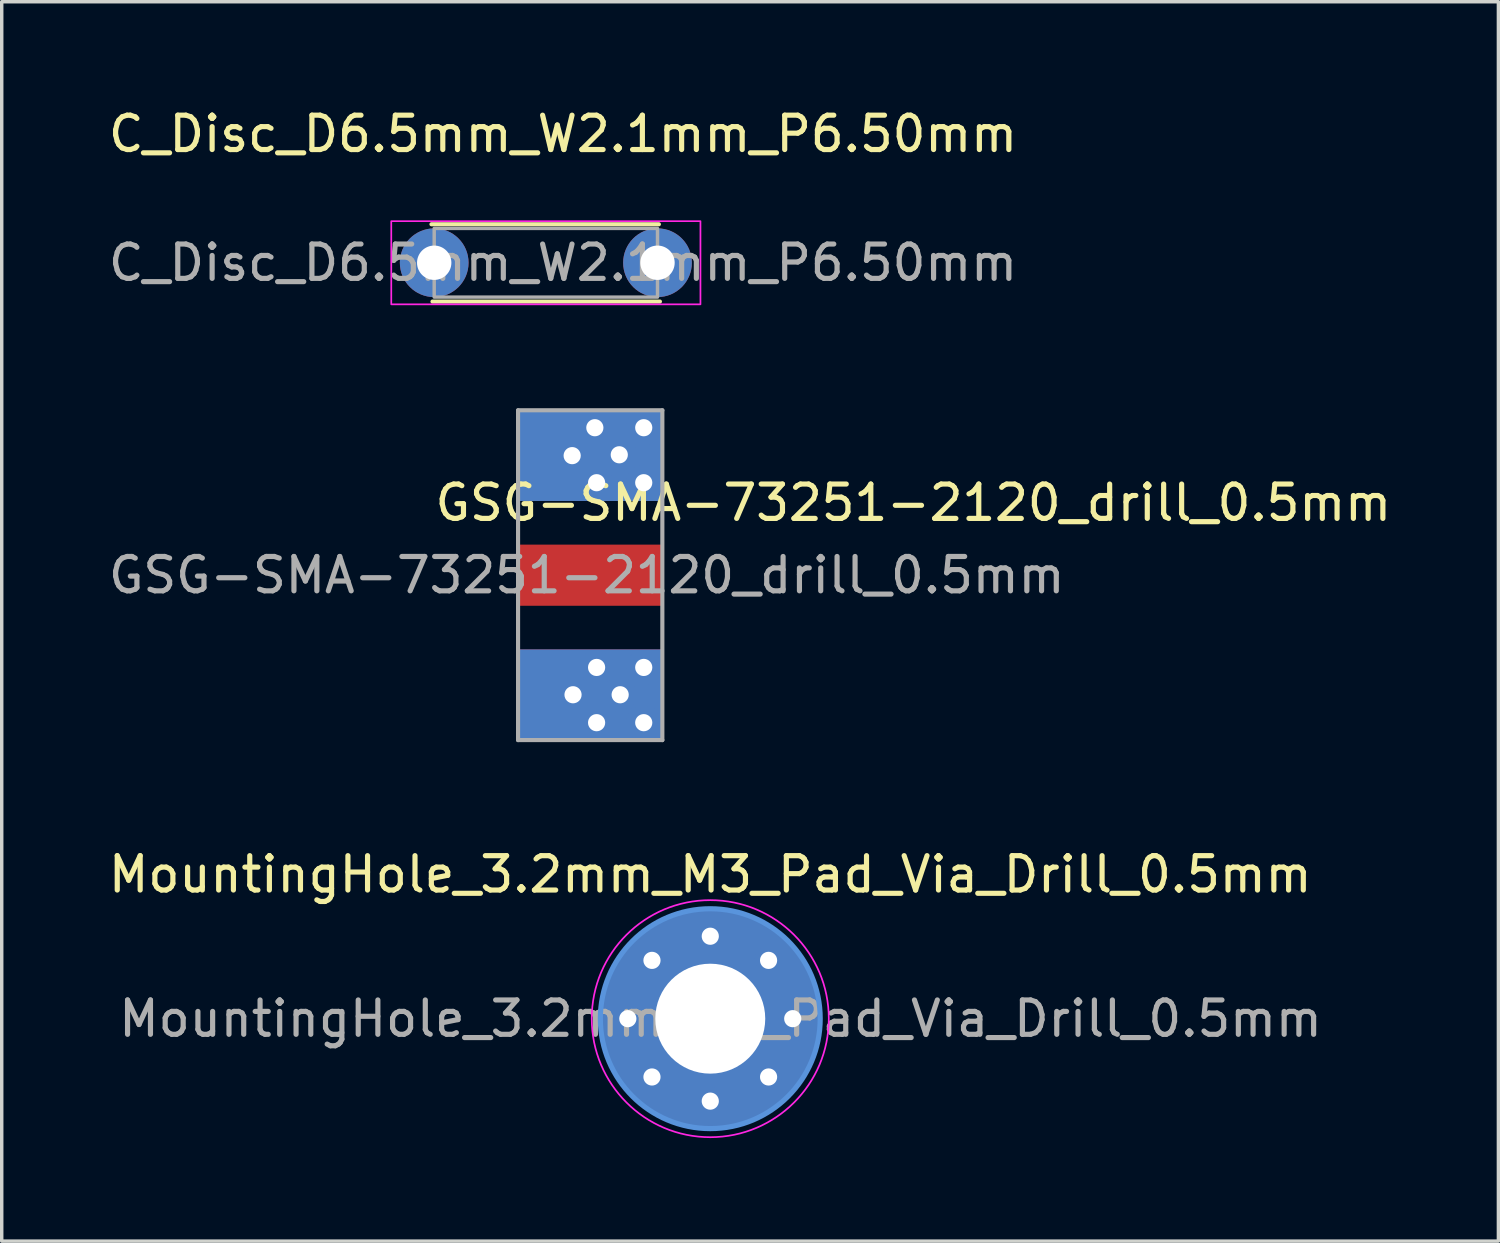
<source format=kicad_pcb>
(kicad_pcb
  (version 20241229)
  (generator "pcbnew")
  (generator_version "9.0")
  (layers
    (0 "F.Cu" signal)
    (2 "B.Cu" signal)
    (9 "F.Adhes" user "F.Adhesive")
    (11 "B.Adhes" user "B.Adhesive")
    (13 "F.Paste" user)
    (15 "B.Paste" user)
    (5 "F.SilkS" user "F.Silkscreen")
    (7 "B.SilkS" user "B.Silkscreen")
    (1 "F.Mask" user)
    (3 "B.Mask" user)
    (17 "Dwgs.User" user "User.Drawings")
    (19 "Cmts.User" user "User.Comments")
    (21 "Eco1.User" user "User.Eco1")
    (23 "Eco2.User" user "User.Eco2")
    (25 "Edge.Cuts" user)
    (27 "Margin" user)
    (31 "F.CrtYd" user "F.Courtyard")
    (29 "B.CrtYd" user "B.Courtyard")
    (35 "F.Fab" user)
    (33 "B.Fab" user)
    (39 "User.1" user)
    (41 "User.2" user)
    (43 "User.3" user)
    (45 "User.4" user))
  (footprint "C_Disc_D6.5mm_W2.1mm_P6.50mm"
    (layer "F.Cu")
    (at 9.589 4.598)
    (property "Reference" "C_Disc_D6.5mm_W2.1mm_P6.50mm" (at 3.75 -3.75 0) (layer "F.SilkS") (effects (font (size 1 1) (thickness 0.15))))
    (attr through_hole)
    (fp_line (start -0.08 -1.12) (end 6.54 -1.12) (stroke (width 0.12) (type solid)) (layer "F.SilkS"))
    (fp_line (start -0.05 1.13) (end 6.57 1.13) (stroke (width 0.12) (type solid)) (layer "F.SilkS"))
    (fp_rect (start -1.25 -1.21) (end 7.75 1.21) (stroke (width 0.05) (type solid)) (fill no) (layer "F.CrtYd"))
    (fp_rect (start 0 -1) (end 6.5 1) (stroke (width 0.1) (type solid)) (fill no) (layer "F.Fab"))
    (fp_text user "${REFERENCE}" (at 3.75 0 0) (layer "F.Fab") (effects (font (size 1 1) (thickness 0.15))))
    (pad "1" thru_hole circle (at 0 0) (size 2 2) (drill 1) (layers "*.Cu" "*.Mask"))
    (pad "2" thru_hole circle (at 6.5 0) (size 2 2) (drill 1) (layers "*.Cu" "*.Mask")))
  (footprint "MountingHole_3.2mm_M3_Pad_Via_Drill_0.5mm"
    (layer "F.Cu")
    (at 17.625 26.602)
    (property "Reference" "MountingHole_3.2mm_M3_Pad_Via_Drill_0.5mm" (at 0 -4.2 0) (layer "F.SilkS") (effects (font (size 1 1) (thickness 0.15))))
    (attr exclude_from_pos_files exclude_from_bom)
    (fp_circle (center 0 0) (end 3.2 0) (stroke (width 0.15) (type solid)) (fill no) (layer "Cmts.User"))
    (fp_circle (center 0 0) (end 3.45 0) (stroke (width 0.05) (type solid)) (fill no) (layer "F.CrtYd"))
    (fp_text user "${REFERENCE}" (at 0.3 0 0) (layer "F.Fab") (effects (font (size 1 1) (thickness 0.15))))
    (pad "1" thru_hole circle (at -2.4 0) (size 0.8 0.8) (drill 0.5) (layers "*.Cu" "*.Mask"))
    (pad "1" thru_hole circle (at -1.697 -1.697) (size 0.8 0.8) (drill 0.5) (layers "*.Cu" "*.Mask"))
    (pad "1" thru_hole circle (at -1.697 1.697) (size 0.8 0.8) (drill 0.5) (layers "*.Cu" "*.Mask"))
    (pad "1" thru_hole circle (at 0 -2.4) (size 0.8 0.8) (drill 0.5) (layers "*.Cu" "*.Mask"))
    (pad "1" thru_hole circle (at 0 0) (size 6.4 6.4) (drill 3.2) (layers "*.Cu" "*.Mask"))
    (pad "1" thru_hole circle (at 0 2.4) (size 0.8 0.8) (drill 0.5) (layers "*.Cu" "*.Mask"))
    (pad "1" thru_hole circle (at 1.697 -1.697) (size 0.8 0.8) (drill 0.5) (layers "*.Cu" "*.Mask"))
    (pad "1" thru_hole circle (at 1.697 1.697) (size 0.8 0.8) (drill 0.5) (layers "*.Cu" "*.Mask"))
    (pad "1" thru_hole circle (at 2.4 0) (size 0.8 0.8) (drill 0.5) (layers "*.Cu" "*.Mask")))
  (footprint "GSG-SMA-73251-2120_drill_0.5mm"
    (layer "F.Cu")
    (at 12.03 13.693)
    (property "Reference" "GSG-SMA-73251-2120_drill_0.5mm" (at 11.506 -2.108 0) (layer "F.SilkS") (effects (font (size 1 1) (thickness 0.15))))
    (attr through_hole)
    (fp_line (start 0 -4.8) (end 4.2 -4.8) (stroke (width 0.12) (type solid)) (layer "F.Fab"))
    (fp_line (start 0 4.8) (end 0 -4.8) (stroke (width 0.12) (type solid)) (layer "F.Fab"))
    (fp_line (start 4.2 -4.8) (end 4.2 4.8) (stroke (width 0.12) (type solid)) (layer "F.Fab"))
    (fp_line (start 4.2 4.8) (end 0 4.8) (stroke (width 0.12) (type solid)) (layer "F.Fab"))
    (fp_text user "${REFERENCE}" (at 2 0 0) (layer "F.Fab") (effects (font (size 1 1) (thickness 0.15))))
    (pad "1" smd rect (at 2.095 0) (size 4.19 1.78) (layers "F.Cu" "F.Mask"))
    (pad "2" thru_hole circle (at 1.575 -3.48) (size 1 1) (drill 0.5) (layers "*.Cu"))
    (pad "2" thru_hole circle (at 1.6 3.48) (size 1 1) (drill 0.5) (layers "*.Cu"))
    (pad "2" smd rect (at 2.095 -3.493) (size 4.19 2.665) (layers "F.Cu" "F.Mask"))
    (pad "2" smd rect (at 2.095 -3.493) (size 4.19 2.665) (layers "B.Cu" "B.Mask"))
    (pad "2" smd rect (at 2.095 3.493) (size 4.19 2.665) (layers "F.Cu" "F.Mask"))
    (pad "2" smd rect (at 2.095 3.493) (size 4.19 2.665) (layers "B.Cu" "B.Mask"))
    (pad "2" thru_hole circle (at 2.235 -4.293) (size 1 1) (drill 0.5) (layers "*.Cu"))
    (pad "2" thru_hole circle (at 2.286 -2.692) (size 1 1) (drill 0.5) (layers "*.Cu"))
    (pad "2" thru_hole circle (at 2.286 2.685) (size 1 1) (drill 0.5) (layers "*.Cu"))
    (pad "2" thru_hole circle (at 2.286 4.293) (size 1 1) (drill 0.5) (layers "*.Cu"))
    (pad "2" thru_hole circle (at 2.946 -3.505) (size 1 1) (drill 0.5) (layers "*.Cu"))
    (pad "2" thru_hole circle (at 2.972 3.48) (size 1 1) (drill 0.5) (layers "*.Cu"))
    (pad "2" thru_hole circle (at 3.658 -4.293) (size 1 1) (drill 0.5) (layers "*.Cu"))
    (pad "2" thru_hole circle (at 3.658 -2.692) (size 1 1) (drill 0.5) (layers "*.Cu"))
    (pad "2" thru_hole circle (at 3.658 2.685) (size 1 1) (drill 0.5) (layers "*.Cu"))
    (pad "2" thru_hole circle (at 3.658 4.293) (size 1 1) (drill 0.5) (layers "*.Cu")))
  (gr_rect
    (start -3 -3)
    (end 40.566 33.077)
    (stroke (width 0.1) (type default))
    (fill no)
    (layer "Edge.Cuts")))
</source>
